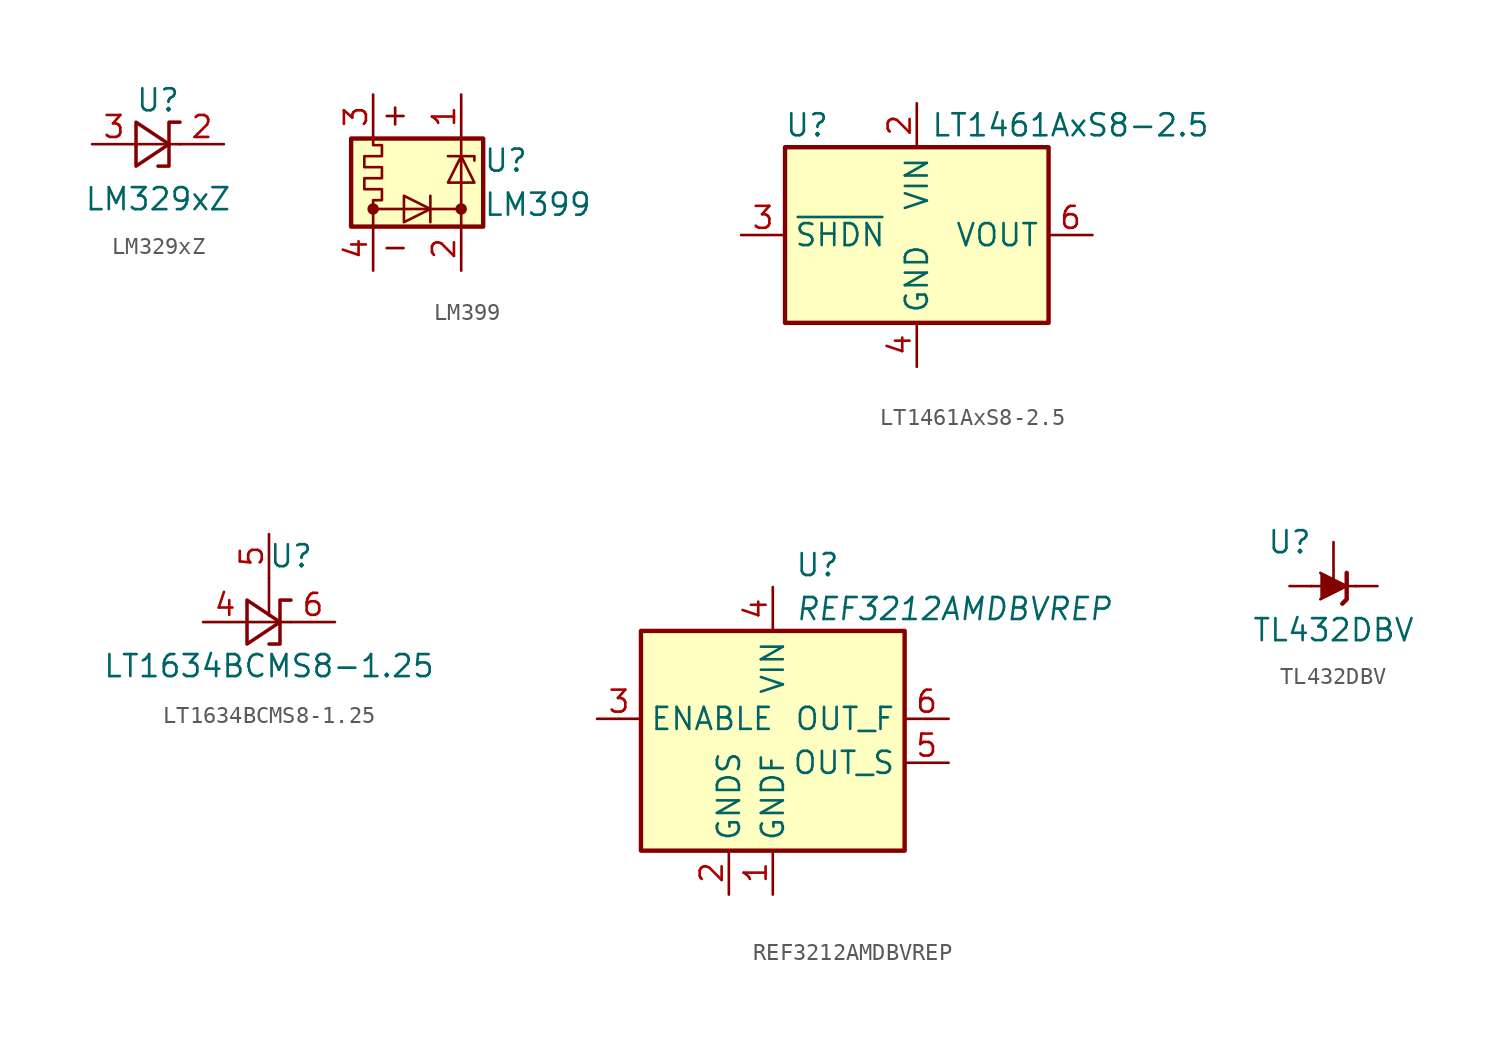
<source format=kicad_sym>
(kicad_symbol_lib
  (version 20201005)
  (generator kicad_symbol_editor)
  (symbol "LM329xZ"
    (pin_names
      (offset 0.025) hide)
    (property "Reference" "U"
      (at 0 2.54 0)
      (effects (font (size 1.27 1.27))))
    (property "Value" "LM329xZ"
      (at 0 -3.175 0)
      (effects (font (size 1.27 1.27))))
    (symbol "LM329xZ_0_1"
      (polyline (pts (xy -1.27 0) (xy 0 0) (xy 1.27 0)) (stroke (width 0)) (fill (type none)))
      (polyline (pts (xy -1.27 -1.27) (xy 0.635 0) (xy -1.27 1.27) (xy -1.27 -1.27)) (stroke (width 0.203)) (fill (type none)))
      (polyline (pts (xy 0 -1.27) (xy 0.635 -1.27) (xy 0.635 1.27) (xy 1.27 1.27)) (stroke (width 0.203)) (fill (type none))))
    (symbol "LM329xZ_1_1"
      (pin no_connect line (at 0 0 0) (length 2.54) hide (name "NC" (effects (font (size 1.27 1.27)))) (number "1" (effects (font (size 1.27 1.27)))))
      (pin passive line (at 3.81 0 180) (length 2.54) (name "K" (effects (font (size 1.27 1.27)))) (number "2" (effects (font (size 1.27 1.27)))))
      (pin passive line (at -3.81 0 0) (length 2.54) (name "A" (effects (font (size 1.27 1.27)))) (number "3" (effects (font (size 1.27 1.27)))))))
  (symbol "LM399"
    (pin_names
      (offset 1.016) hide)
    (property "Reference" "U"
      (at 3.81 1.27 0)
      (effects (font (size 1.27 1.27)) (justify left)))
    (property "Value" "LM399"
      (at 3.81 -1.27 0)
      (effects (font (size 1.27 1.27)) (justify left)))
    (symbol "LM399_0_0"
      (text "+" (at -1.27 3.937 0) (effects (font (size 1.27 1.27)))))
    (symbol "LM399_0_1"
      (circle (center -2.54 -1.524) (radius 0.254) (stroke (width 0)) (fill (type outline)))
      (circle (center 2.54 -1.524) (radius 0.254) (stroke (width 0)) (fill (type outline)))
      (rectangle (start -3.81 2.54) (end 3.81 -2.54) (stroke (width 0.254)) (fill (type background)))
      (polyline (pts (xy -2.54 -2.54) (xy -2.54 -1.016) (xy -2.032 -1.016) (xy -2.032 -0.381) (xy -3.048 -0.381) (xy -3.048 0.254) (xy -2.032 0.254) (xy -2.032 0.889) (xy -3.048 0.889) (xy -3.048 1.524) (xy -2.032 1.524) (xy -2.032 2.159) (xy -2.54 2.159) (xy -2.54 2.54)) (stroke (width 0)) (fill (type none))))
    (symbol "LM399_1_1"
      (text "-" (at -1.27 -3.683 0) (effects (font (size 1.27 1.27))))
      (polyline (pts (xy 2.54 -1.524) (xy -2.54 -1.524)) (stroke (width 0)) (fill (type none)))
      (polyline (pts (xy 2.54 2.54) (xy 2.54 -2.54)) (stroke (width 0)) (fill (type none)))
      (polyline (pts (xy 0.762 -0.762) (xy 0.762 -1.524) (xy 0.762 -2.286)) (stroke (width 0)) (fill (type none)))
      (polyline (pts (xy 1.778 1.524) (xy 3.302 1.524) (xy 3.302 1.27)) (stroke (width 0)) (fill (type none)))
      (polyline (pts (xy -0.762 -0.762) (xy -0.762 -2.286) (xy 0.762 -1.524) (xy -0.762 -0.762)) (stroke (width 0)) (fill (type none)))
      (polyline (pts (xy 1.778 0) (xy 3.302 0) (xy 2.54 1.524) (xy 1.778 0)) (stroke (width 0)) (fill (type none)))
      (pin passive line (at 2.54 5.08 270) (length 2.54) (name "~" (effects (font (size 1.27 1.27)))) (number "1" (effects (font (size 1.27 1.27)))))
      (pin passive line (at 2.54 -5.08 90) (length 2.54) (name "~" (effects (font (size 1.27 1.27)))) (number "2" (effects (font (size 1.27 1.27)))))
      (pin power_in line (at -2.54 5.08 270) (length 2.54) (name "~" (effects (font (size 1.27 1.27)))) (number "3" (effects (font (size 1.27 1.27)))))
      (pin power_in line (at -2.54 -5.08 90) (length 2.54) (name "~" (effects (font (size 1.27 1.27)))) (number "4" (effects (font (size 1.27 1.27)))))))
  (symbol "LT1461AxS8-2.5"
    (property "Reference" "U"
      (at -6.35 6.35 0)
      (effects (font (size 1.27 1.27))))
    (property "Value" "LT1461AxS8-2.5"
      (at 8.89 6.35 0)
      (effects (font (size 1.27 1.27))))
    (symbol "LT1461AxS8-2.5_1_1"
      (rectangle (start -7.62 5.08) (end 7.62 -5.08) (stroke (width 0.254)) (fill (type background)))
      (pin no_connect line (at 7.62 -2.54 180) (length 2.54) hide (name "DNC" (effects (font (size 1.27 1.27)))) (number "1" (effects (font (size 1.27 1.27)))))
      (pin power_in line (at 0 7.62 270) (length 2.54) (name "VIN" (effects (font (size 1.27 1.27)))) (number "2" (effects (font (size 1.27 1.27)))))
      (pin input line (at -10.16 0 0) (length 2.54) (name "~SHDN" (effects (font (size 1.27 1.27)))) (number "3" (effects (font (size 1.27 1.27)))))
      (pin power_in line (at 0 -7.62 90) (length 2.54) (name "GND" (effects (font (size 1.27 1.27)))) (number "4" (effects (font (size 1.27 1.27)))))
      (pin no_connect line (at -7.62 -2.54 0) (length 2.54) hide (name "DNC" (effects (font (size 1.27 1.27)))) (number "5" (effects (font (size 1.27 1.27)))))
      (pin power_out line (at 10.16 0 180) (length 2.54) (name "VOUT" (effects (font (size 1.27 1.27)))) (number "6" (effects (font (size 1.27 1.27)))))
      (pin no_connect line (at -7.62 2.54 0) (length 2.54) hide (name "DNC" (effects (font (size 1.27 1.27)))) (number "7" (effects (font (size 1.27 1.27)))))
      (pin no_connect line (at 7.62 2.54 180) (length 2.54) hide (name "DNC" (effects (font (size 1.27 1.27)))) (number "8" (effects (font (size 1.27 1.27)))))))
  (symbol "LT1634BCMS8-1.25"
    (pin_names
      (offset 0.254) hide)
    (property "Reference" "U"
      (at 1.27 3.81 0)
      (effects (font (size 1.27 1.27))))
    (property "Value" "LT1634BCMS8-1.25"
      (at 0 -2.54 0)
      (effects (font (size 1.27 1.27))))
    (symbol "LT1634BCMS8-1.25_1_1"
      (polyline (pts (xy 0 2.54) (xy 0 0.381)) (stroke (width 0)) (fill (type none)))
      (polyline (pts (xy -1.27 0) (xy 0 0) (xy 1.27 0)) (stroke (width 0)) (fill (type none)))
      (polyline (pts (xy -1.27 -1.27) (xy 0.635 0) (xy -1.27 1.27) (xy -1.27 -1.27)) (stroke (width 0.203)) (fill (type none)))
      (polyline (pts (xy 0 -1.27) (xy 0.635 -1.27) (xy 0.635 1.27) (xy 1.27 1.27)) (stroke (width 0.203)) (fill (type none)))
      (pin passive line (at -3.81 0 0) (length 2.54) (name "A" (effects (font (size 1.27 1.27)))) (number "4" (effects (font (size 1.27 1.27)))))
      (pin input line (at 0 5.08 270) (length 2.54) (name "Test" (effects (font (size 1.27 1.27)))) (number "5" (effects (font (size 1.27 1.27)))))
      (pin passive line (at 3.81 0 180) (length 2.54) (name "K" (effects (font (size 1.27 1.27)))) (number "6" (effects (font (size 1.27 1.27)))))))
  (symbol "REF3212AMDBVREP"
    (property "Reference" "U"
      (at 1.27 8.89 0)
      (effects (font (size 1.27 1.27)) (justify left)))
    (property "Value" "REF3212AMDBVREP"
      (at 1.27 6.35 0)
      (effects (font (size 1.27 1.27) italic) (justify left)))
    (symbol "REF3212AMDBVREP_0_1"
      (rectangle (start -7.62 5.08) (end 7.62 -7.62) (stroke (width 0.254)) (fill (type background))))
    (symbol "REF3212AMDBVREP_1_1"
      (pin power_in line (at 0 -10.16 90) (length 2.54) (name "GNDF" (effects (font (size 1.27 1.27)))) (number "1" (effects (font (size 1.27 1.27)))))
      (pin input line (at -2.54 -10.16 90) (length 2.54) (name "GNDS" (effects (font (size 1.27 1.27)))) (number "2" (effects (font (size 1.27 1.27)))))
      (pin input line (at -10.16 0 0) (length 2.54) (name "ENABLE" (effects (font (size 1.27 1.27)))) (number "3" (effects (font (size 1.27 1.27)))))
      (pin power_in line (at 0 7.62 270) (length 2.54) (name "VIN" (effects (font (size 1.27 1.27)))) (number "4" (effects (font (size 1.27 1.27)))))
      (pin input line (at 10.16 -2.54 180) (length 2.54) (name "OUT_S" (effects (font (size 1.27 1.27)))) (number "5" (effects (font (size 1.27 1.27)))))
      (pin output line (at 10.16 0 180) (length 2.54) (name "OUT_F" (effects (font (size 1.27 1.27)))) (number "6" (effects (font (size 1.27 1.27)))))))
  (symbol "TL432DBV"
    (pin_numbers hide)
    (pin_names hide)
    (property "Reference" "U"
      (at -2.54 2.54 0)
      (effects (font (size 1.27 1.27))))
    (property "Value" "TL432DBV"
      (at 0 -2.54 0)
      (effects (font (size 1.27 1.27))))
    (symbol "TL432DBV_0_1"
      (polyline (pts (xy -1.27 0) (xy 0 0) (xy 1.27 0)) (stroke (width 0)) (fill (type none)))
      (polyline (pts (xy 0.508 -1.016) (xy 0.762 -0.762) (xy 0.762 0.762) (xy 0.762 0.762)) (stroke (width 0.254)) (fill (type none)))
      (polyline (pts (xy -0.762 0.762) (xy 0.762 0) (xy -0.762 -0.762)) (stroke (width 0)) (fill (type outline))))
    (symbol "TL432DBV_1_1"
      (pin passive line (at -2.54 0 0) (length 1.27) (name "A" (effects (font (size 1.27 1.27)))) (number "2" (effects (font (size 1.27 1.27)))))
      (pin passive line (at 2.54 0 180) (length 1.27) (name "K" (effects (font (size 1.27 1.27)))) (number "4" (effects (font (size 1.27 1.27)))))
      (pin passive line (at 0 2.54 270) (length 2.54) (name "REF" (effects (font (size 1.27 1.27)))) (number "5" (effects (font (size 1.27 1.27))))))))
</source>
